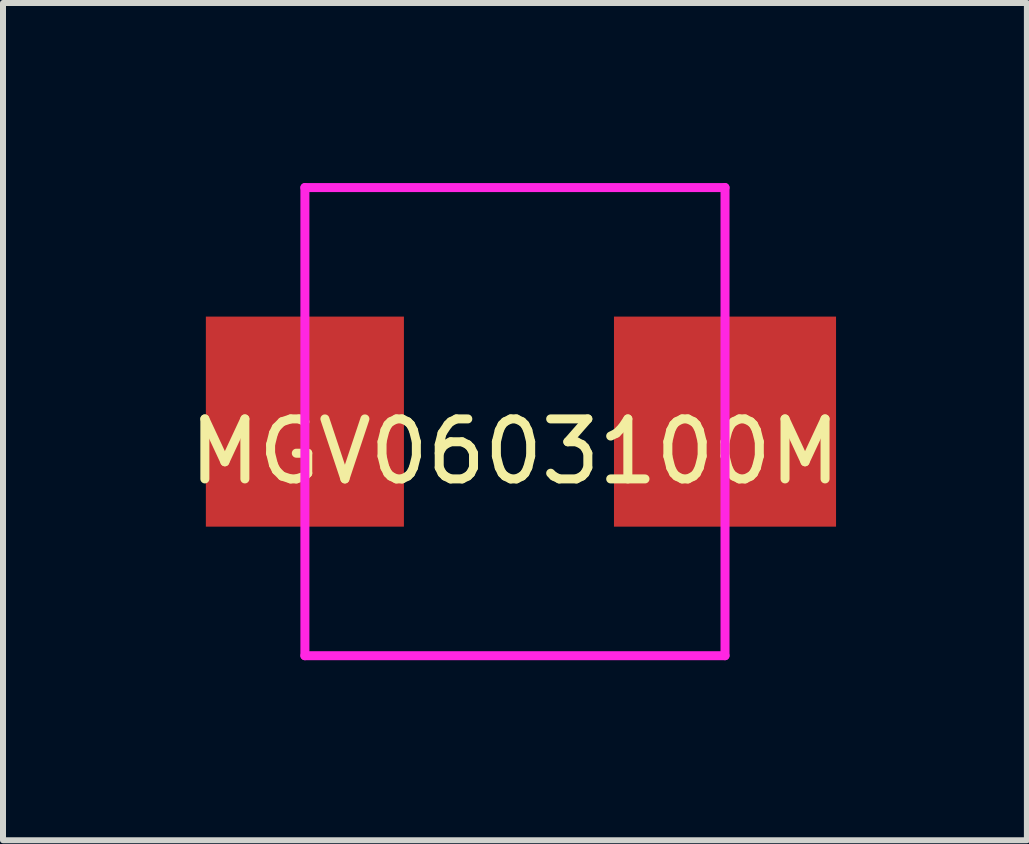
<source format=kicad_pcb>
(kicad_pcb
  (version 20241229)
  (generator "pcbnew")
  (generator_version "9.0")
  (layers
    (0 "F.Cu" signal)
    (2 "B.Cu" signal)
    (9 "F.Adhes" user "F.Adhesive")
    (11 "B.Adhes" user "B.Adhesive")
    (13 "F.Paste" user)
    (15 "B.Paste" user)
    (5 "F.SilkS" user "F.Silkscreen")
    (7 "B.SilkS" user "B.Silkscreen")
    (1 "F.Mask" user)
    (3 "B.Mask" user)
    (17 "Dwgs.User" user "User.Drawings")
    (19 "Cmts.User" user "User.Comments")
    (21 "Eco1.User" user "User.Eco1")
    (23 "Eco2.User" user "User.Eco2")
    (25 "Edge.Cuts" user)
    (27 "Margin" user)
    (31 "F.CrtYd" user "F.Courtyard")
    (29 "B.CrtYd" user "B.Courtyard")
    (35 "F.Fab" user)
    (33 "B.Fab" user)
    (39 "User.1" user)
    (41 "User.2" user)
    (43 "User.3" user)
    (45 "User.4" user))
  (footprint "MGV0603100M"
    (layer "F.Cu")
    (at 5.53 3.975)
    (property "Reference" "MGV0603100M" (at 0 0.5 0) (layer "F.SilkS") (effects (font (size 1 1) (thickness 0.15))))
    (attr through_hole)
    (fp_line (start -3.5 -3.9) (end -3.5 3.9) (stroke (width 0.15) (type solid)) (layer "F.CrtYd"))
    (fp_line (start 3.5 -3.9) (end -3.5 -3.9) (stroke (width 0.15) (type solid)) (layer "F.CrtYd"))
    (fp_line (start 3.5 3.9) (end -3.5 3.9) (stroke (width 0.15) (type solid)) (layer "F.CrtYd"))
    (fp_line (start 3.5 3.9) (end 3.5 -3.9) (stroke (width 0.15) (type solid)) (layer "F.CrtYd"))
    (pad "1" smd rect (at -3.5 0) (size 3.3 3.5) (layers "F.Cu" "F.Mask" "F.Paste"))
    (pad "2" smd rect (at 3.5 0) (size 3.7 3.5) (layers "F.Cu" "F.Mask" "F.Paste")))
  (gr_rect
    (start -3 -3)
    (end 14.06 10.95)
    (stroke (width 0.1) (type default))
    (fill no)
    (layer "Edge.Cuts")))
</source>
